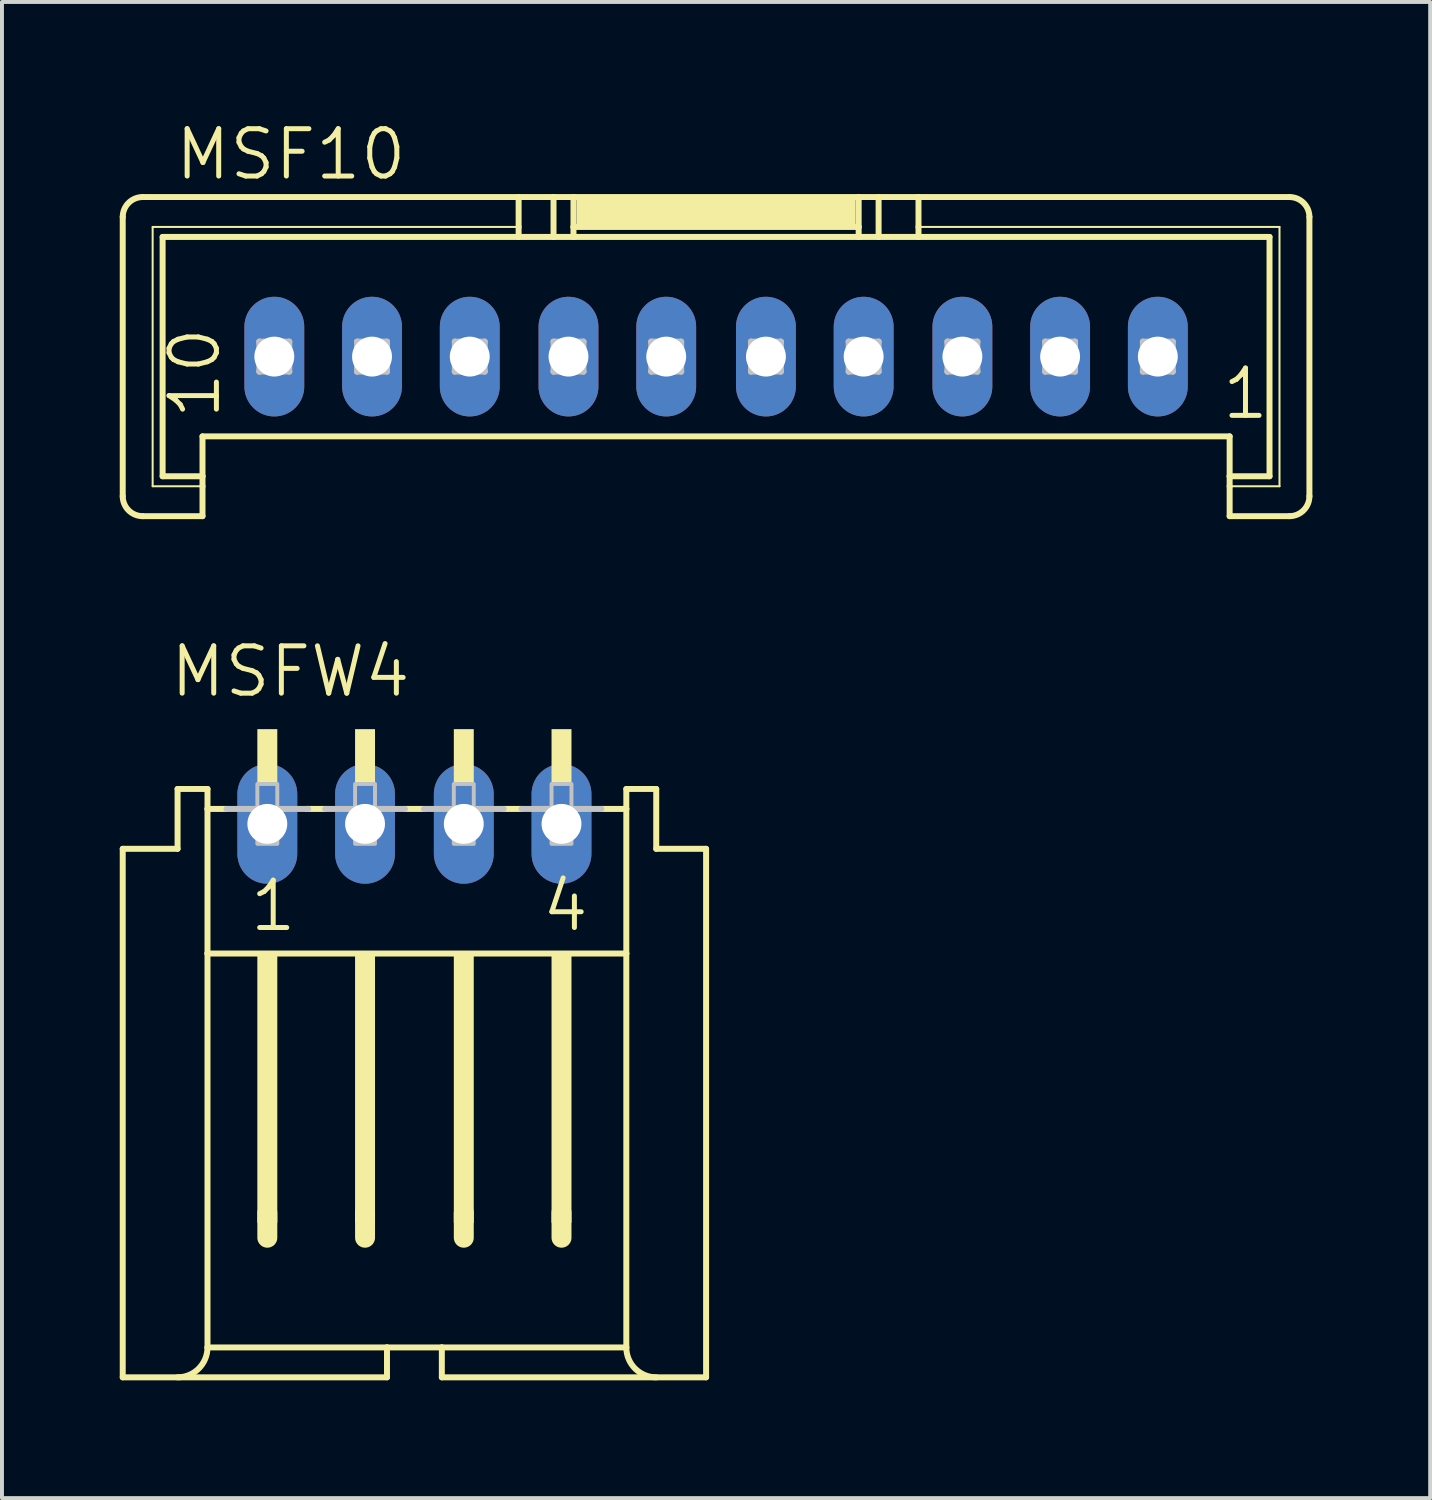
<source format=kicad_pcb>
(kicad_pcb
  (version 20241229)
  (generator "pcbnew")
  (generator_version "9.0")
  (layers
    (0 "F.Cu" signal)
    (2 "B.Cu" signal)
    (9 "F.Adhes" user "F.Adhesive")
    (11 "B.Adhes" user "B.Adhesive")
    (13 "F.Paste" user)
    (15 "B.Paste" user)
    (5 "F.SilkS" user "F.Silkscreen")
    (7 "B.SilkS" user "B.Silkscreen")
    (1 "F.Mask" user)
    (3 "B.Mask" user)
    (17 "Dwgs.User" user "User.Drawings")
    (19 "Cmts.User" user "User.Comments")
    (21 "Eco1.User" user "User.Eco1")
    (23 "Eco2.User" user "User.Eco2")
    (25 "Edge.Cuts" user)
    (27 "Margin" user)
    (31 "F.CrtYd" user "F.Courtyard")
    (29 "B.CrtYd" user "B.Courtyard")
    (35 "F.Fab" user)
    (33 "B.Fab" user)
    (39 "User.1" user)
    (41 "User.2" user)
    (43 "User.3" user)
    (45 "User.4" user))
  (footprint "MSFW4"
    (layer "F.Cu")
    (at 3.759 19.84)
    (property "Reference" "MSFW4" (at -2.54 -5.08 0) (layer "F.SilkS") (effects (font (size 1.206 1.206) (thickness 0.127)) (justify left bottom)))
    (attr through_hole)
    (fp_line (start -3.683 12.192) (end -3.683 -1.27) (stroke (width 0.152) (type solid)) (layer "F.SilkS"))
    (fp_line (start -3.683 12.192) (end 3.048 12.192) (stroke (width 0.152) (type solid)) (layer "F.SilkS"))
    (fp_line (start -2.286 -1.27) (end -3.683 -1.27) (stroke (width 0.152) (type solid)) (layer "F.SilkS"))
    (fp_line (start -2.286 -1.27) (end -2.286 -2.794) (stroke (width 0.152) (type solid)) (layer "F.SilkS"))
    (fp_line (start -1.524 -2.794) (end -2.286 -2.794) (stroke (width 0.152) (type solid)) (layer "F.SilkS"))
    (fp_line (start -1.524 -2.286) (end -1.524 -2.794) (stroke (width 0.152) (type solid)) (layer "F.SilkS"))
    (fp_line (start -1.524 1.397) (end -1.524 -2.286) (stroke (width 0.152) (type solid)) (layer "F.SilkS"))
    (fp_line (start -1.524 11.43) (end -1.524 1.397) (stroke (width 0.152) (type solid)) (layer "F.SilkS"))
    (fp_line (start -1.524 11.43) (end 3.048 11.43) (stroke (width 0.152) (type solid)) (layer "F.SilkS"))
    (fp_line (start -1.041 -2.286) (end -1.524 -2.286) (stroke (width 0.152) (type solid)) (layer "F.SilkS"))
    (fp_line (start 0 8.001) (end 0 8.636) (stroke (width 0.508) (type solid)) (layer "F.SilkS"))
    (fp_line (start 1.473 -2.286) (end 0.991 -2.286) (stroke (width 0.152) (type solid)) (layer "F.SilkS"))
    (fp_line (start 2.489 8.001) (end 2.489 8.636) (stroke (width 0.508) (type solid)) (layer "F.SilkS"))
    (fp_line (start 3.048 11.43) (end 4.445 11.43) (stroke (width 0.152) (type solid)) (layer "F.SilkS"))
    (fp_line (start 3.048 12.192) (end 3.048 11.43) (stroke (width 0.152) (type solid)) (layer "F.SilkS"))
    (fp_line (start 3.988 -2.286) (end 3.505 -2.286) (stroke (width 0.152) (type solid)) (layer "F.SilkS"))
    (fp_line (start 4.445 12.192) (end 4.445 11.43) (stroke (width 0.152) (type solid)) (layer "F.SilkS"))
    (fp_line (start 4.445 12.192) (end 11.176 12.192) (stroke (width 0.152) (type solid)) (layer "F.SilkS"))
    (fp_line (start 5.004 8.001) (end 5.004 8.636) (stroke (width 0.508) (type solid)) (layer "F.SilkS"))
    (fp_line (start 6.477 -2.286) (end 6.02 -2.286) (stroke (width 0.152) (type solid)) (layer "F.SilkS"))
    (fp_line (start 7.493 8.001) (end 7.493 8.636) (stroke (width 0.508) (type solid)) (layer "F.SilkS"))
    (fp_line (start 9.144 -2.794) (end 9.144 -2.286) (stroke (width 0.152) (type solid)) (layer "F.SilkS"))
    (fp_line (start 9.144 -2.286) (end 8.509 -2.286) (stroke (width 0.152) (type solid)) (layer "F.SilkS"))
    (fp_line (start 9.144 -2.286) (end 9.144 1.397) (stroke (width 0.152) (type solid)) (layer "F.SilkS"))
    (fp_line (start 9.144 1.397) (end -1.524 1.397) (stroke (width 0.152) (type solid)) (layer "F.SilkS"))
    (fp_line (start 9.144 1.397) (end 9.144 11.43) (stroke (width 0.152) (type solid)) (layer "F.SilkS"))
    (fp_line (start 9.144 11.43) (end 4.445 11.43) (stroke (width 0.152) (type solid)) (layer "F.SilkS"))
    (fp_line (start 9.906 -2.794) (end 9.144 -2.794) (stroke (width 0.152) (type solid)) (layer "F.SilkS"))
    (fp_line (start 9.906 -2.794) (end 9.906 -1.27) (stroke (width 0.152) (type solid)) (layer "F.SilkS"))
    (fp_line (start 11.176 -1.27) (end 9.906 -1.27) (stroke (width 0.152) (type solid)) (layer "F.SilkS"))
    (fp_line (start 11.176 -1.27) (end 11.176 12.192) (stroke (width 0.152) (type solid)) (layer "F.SilkS"))
    (fp_arc (start -1.524 11.43) (mid -1.747185 11.968815) (end -2.286 12.192) (stroke (width 0.1524) (type solid)) (layer "F.SilkS"))
    (fp_arc (start 9.906 12.192) (mid 9.367185 11.968815) (end 9.144 11.43) (stroke (width 0.1524) (type solid)) (layer "F.SilkS"))
    (fp_poly (pts (xy -0.254 -2.921) (xy 0.254 -2.921) (xy 0.254 -4.318) (xy -0.254 -4.318)) (stroke (width 0) (type solid)) (fill yes) (layer "F.SilkS"))
    (fp_poly (pts (xy -0.254 8.255) (xy 0.254 8.255) (xy 0.254 1.397) (xy -0.254 1.397)) (stroke (width 0) (type solid)) (fill yes) (layer "F.SilkS"))
    (fp_poly (pts (xy 2.235 -2.921) (xy 2.743 -2.921) (xy 2.743 -4.318) (xy 2.235 -4.318)) (stroke (width 0) (type solid)) (fill yes) (layer "F.SilkS"))
    (fp_poly (pts (xy 2.235 8.255) (xy 2.743 8.255) (xy 2.743 1.397) (xy 2.235 1.397)) (stroke (width 0) (type solid)) (fill yes) (layer "F.SilkS"))
    (fp_poly (pts (xy 4.75 -2.921) (xy 5.258 -2.921) (xy 5.258 -4.318) (xy 4.75 -4.318)) (stroke (width 0) (type solid)) (fill yes) (layer "F.SilkS"))
    (fp_poly (pts (xy 4.75 8.255) (xy 5.258 8.255) (xy 5.258 1.397) (xy 4.75 1.397)) (stroke (width 0) (type solid)) (fill yes) (layer "F.SilkS"))
    (fp_poly (pts (xy 7.239 -2.921) (xy 7.747 -2.921) (xy 7.747 -4.318) (xy 7.239 -4.318)) (stroke (width 0) (type solid)) (fill yes) (layer "F.SilkS"))
    (fp_poly (pts (xy 7.239 8.255) (xy 7.747 8.255) (xy 7.747 1.397) (xy 7.239 1.397)) (stroke (width 0) (type solid)) (fill yes) (layer "F.SilkS"))
    (fp_line (start -1.041 -2.286) (end 1.041 -2.286) (stroke (width 0.152) (type solid)) (layer "Dwgs.User"))
    (fp_line (start 1.473 -2.286) (end 3.505 -2.286) (stroke (width 0.152) (type solid)) (layer "Dwgs.User"))
    (fp_line (start 3.988 -2.286) (end 6.02 -2.286) (stroke (width 0.152) (type solid)) (layer "Dwgs.User"))
    (fp_line (start 6.477 -2.286) (end 8.509 -2.286) (stroke (width 0.152) (type solid)) (layer "Dwgs.User"))
    (fp_poly (pts (xy -0.254 -1.397) (xy 0.254 -1.397) (xy 0.254 -2.921) (xy -0.254 -2.921)) (stroke (width 0.1) (type solid)) (fill no) (layer "Dwgs.User"))
    (fp_poly (pts (xy 2.235 -1.397) (xy 2.743 -1.397) (xy 2.743 -2.921) (xy 2.235 -2.921)) (stroke (width 0.1) (type solid)) (fill no) (layer "Dwgs.User"))
    (fp_poly (pts (xy 4.75 -1.397) (xy 5.258 -1.397) (xy 5.258 -2.921) (xy 4.75 -2.921)) (stroke (width 0.1) (type solid)) (fill no) (layer "Dwgs.User"))
    (fp_poly (pts (xy 7.239 -1.397) (xy 7.747 -1.397) (xy 7.747 -2.921) (xy 7.239 -2.921)) (stroke (width 0.1) (type solid)) (fill no) (layer "Dwgs.User"))
    (fp_text user "1" (at -0.508 0.889 0) (layer "F.SilkS") (effects (font (size 1.206 1.206) (thickness 0.127)) (justify left bottom)))
    (fp_text user "4" (at 6.934 0.889 0) (layer "F.SilkS") (effects (font (size 1.206 1.206) (thickness 0.127)) (justify left bottom)))
    (pad "1" thru_hole oval (at 0 -1.905 90) (size 3.048 1.524) (drill 1.016) (layers "*.Cu" "*.Mask"))
    (pad "2" thru_hole oval (at 2.489 -1.905 90) (size 3.048 1.524) (drill 1.016) (layers "*.Cu" "*.Mask"))
    (pad "3" thru_hole oval (at 5.004 -1.905 90) (size 3.048 1.524) (drill 1.016) (layers "*.Cu" "*.Mask"))
    (pad "4" thru_hole oval (at 7.493 -1.905 90) (size 3.048 1.524) (drill 1.016) (layers "*.Cu" "*.Mask")))
  (footprint "MSF10"
    (layer "F.Cu")
    (at 15.189 3.493)
    (property "Reference" "MSF10" (at -13.843 -1.905 0) (layer "F.SilkS") (effects (font (size 1.206 1.206) (thickness 0.127)) (justify left bottom)))
    (attr through_hole)
    (fp_line (start -15.113 6.096) (end -15.113 -1.016) (stroke (width 0.152) (type solid)) (layer "F.SilkS"))
    (fp_line (start -14.605 -1.524) (end -5.029 -1.524) (stroke (width 0.152) (type solid)) (layer "F.SilkS"))
    (fp_line (start -14.351 -0.762) (end -5.029 -0.762) (stroke (width 0.051) (type solid)) (layer "F.SilkS"))
    (fp_line (start -14.351 5.842) (end -14.351 -0.762) (stroke (width 0.051) (type solid)) (layer "F.SilkS"))
    (fp_line (start -14.097 -0.508) (end -5.029 -0.508) (stroke (width 0.152) (type solid)) (layer "F.SilkS"))
    (fp_line (start -14.097 5.588) (end -14.097 -0.508) (stroke (width 0.152) (type solid)) (layer "F.SilkS"))
    (fp_line (start -13.081 5.588) (end -14.097 5.588) (stroke (width 0.152) (type solid)) (layer "F.SilkS"))
    (fp_line (start -13.081 5.588) (end -13.081 4.572) (stroke (width 0.152) (type solid)) (layer "F.SilkS"))
    (fp_line (start -13.081 5.588) (end -13.081 5.842) (stroke (width 0.152) (type solid)) (layer "F.SilkS"))
    (fp_line (start -13.081 5.842) (end -14.351 5.842) (stroke (width 0.051) (type solid)) (layer "F.SilkS"))
    (fp_line (start -13.081 5.842) (end -13.081 6.604) (stroke (width 0.152) (type solid)) (layer "F.SilkS"))
    (fp_line (start -13.081 6.604) (end -14.605 6.604) (stroke (width 0.152) (type solid)) (layer "F.SilkS"))
    (fp_line (start -5.029 -1.524) (end -5.029 -0.762) (stroke (width 0.152) (type solid)) (layer "F.SilkS"))
    (fp_line (start -5.029 -1.524) (end -4.14 -1.524) (stroke (width 0.152) (type solid)) (layer "F.SilkS"))
    (fp_line (start -5.029 -0.762) (end -5.029 -0.508) (stroke (width 0.152) (type solid)) (layer "F.SilkS"))
    (fp_line (start -5.029 -0.508) (end -4.14 -0.508) (stroke (width 0.152) (type solid)) (layer "F.SilkS"))
    (fp_line (start -4.14 -1.524) (end -4.14 -0.508) (stroke (width 0.152) (type solid)) (layer "F.SilkS"))
    (fp_line (start -4.14 -1.524) (end -3.632 -1.524) (stroke (width 0.152) (type solid)) (layer "F.SilkS"))
    (fp_line (start -4.14 -0.508) (end -3.632 -0.508) (stroke (width 0.152) (type solid)) (layer "F.SilkS"))
    (fp_line (start -3.632 -1.524) (end -3.632 -0.762) (stroke (width 0.152) (type solid)) (layer "F.SilkS"))
    (fp_line (start -3.632 -1.524) (end 3.632 -1.524) (stroke (width 0.152) (type solid)) (layer "F.SilkS"))
    (fp_line (start -3.632 -0.762) (end -3.632 -0.508) (stroke (width 0.152) (type solid)) (layer "F.SilkS"))
    (fp_line (start -3.632 -0.762) (end 3.632 -0.762) (stroke (width 0.152) (type solid)) (layer "F.SilkS"))
    (fp_line (start -3.632 -0.508) (end 3.632 -0.508) (stroke (width 0.152) (type solid)) (layer "F.SilkS"))
    (fp_line (start 3.632 -1.524) (end 3.632 -0.762) (stroke (width 0.152) (type solid)) (layer "F.SilkS"))
    (fp_line (start 3.632 -1.524) (end 4.14 -1.524) (stroke (width 0.152) (type solid)) (layer "F.SilkS"))
    (fp_line (start 3.632 -0.762) (end 3.632 -0.508) (stroke (width 0.152) (type solid)) (layer "F.SilkS"))
    (fp_line (start 3.632 -0.508) (end 4.14 -0.508) (stroke (width 0.152) (type solid)) (layer "F.SilkS"))
    (fp_line (start 4.14 -1.524) (end 4.14 -0.508) (stroke (width 0.152) (type solid)) (layer "F.SilkS"))
    (fp_line (start 4.14 -1.524) (end 5.156 -1.524) (stroke (width 0.152) (type solid)) (layer "F.SilkS"))
    (fp_line (start 4.14 -0.508) (end 5.156 -0.508) (stroke (width 0.152) (type solid)) (layer "F.SilkS"))
    (fp_line (start 5.156 -1.524) (end 5.156 -0.762) (stroke (width 0.152) (type solid)) (layer "F.SilkS"))
    (fp_line (start 5.156 -1.524) (end 14.605 -1.524) (stroke (width 0.152) (type solid)) (layer "F.SilkS"))
    (fp_line (start 5.156 -0.762) (end 5.156 -0.508) (stroke (width 0.152) (type solid)) (layer "F.SilkS"))
    (fp_line (start 5.156 -0.762) (end 14.351 -0.762) (stroke (width 0.051) (type solid)) (layer "F.SilkS"))
    (fp_line (start 5.156 -0.508) (end 14.097 -0.508) (stroke (width 0.152) (type solid)) (layer "F.SilkS"))
    (fp_line (start 13.081 4.572) (end -13.081 4.572) (stroke (width 0.152) (type solid)) (layer "F.SilkS"))
    (fp_line (start 13.081 5.588) (end 13.081 4.572) (stroke (width 0.152) (type solid)) (layer "F.SilkS"))
    (fp_line (start 13.081 5.842) (end 13.081 5.588) (stroke (width 0.152) (type solid)) (layer "F.SilkS"))
    (fp_line (start 13.081 6.604) (end 13.081 5.842) (stroke (width 0.152) (type solid)) (layer "F.SilkS"))
    (fp_line (start 14.097 -0.508) (end 14.097 5.588) (stroke (width 0.152) (type solid)) (layer "F.SilkS"))
    (fp_line (start 14.097 5.588) (end 13.081 5.588) (stroke (width 0.152) (type solid)) (layer "F.SilkS"))
    (fp_line (start 14.351 -0.762) (end 14.351 5.842) (stroke (width 0.051) (type solid)) (layer "F.SilkS"))
    (fp_line (start 14.351 5.842) (end 13.081 5.842) (stroke (width 0.051) (type solid)) (layer "F.SilkS"))
    (fp_line (start 14.605 6.604) (end 13.081 6.604) (stroke (width 0.152) (type solid)) (layer "F.SilkS"))
    (fp_line (start 15.113 -1.016) (end 15.113 6.096) (stroke (width 0.152) (type solid)) (layer "F.SilkS"))
    (fp_arc (start -15.113 -1.016) (mid -14.96421 -1.37521) (end -14.605 -1.524) (stroke (width 0.1524) (type solid)) (layer "F.SilkS"))
    (fp_arc (start -14.605 6.604) (mid -14.96421 6.45521) (end -15.113 6.096) (stroke (width 0.1524) (type solid)) (layer "F.SilkS"))
    (fp_arc (start 14.605 -1.524) (mid 14.96421 -1.37521) (end 15.113 -1.016) (stroke (width 0.1524) (type solid)) (layer "F.SilkS"))
    (fp_arc (start 15.113 6.096) (mid 14.96421 6.45521) (end 14.605 6.604) (stroke (width 0.1524) (type solid)) (layer "F.SilkS"))
    (fp_poly (pts (xy -3.556 -0.762) (xy 3.556 -0.762) (xy 3.556 -1.524) (xy -3.556 -1.524)) (stroke (width 0) (type solid)) (fill yes) (layer "F.SilkS"))
    (fp_line (start -11.633 2.159) (end -11.633 2.921) (stroke (width 0.152) (type solid)) (layer "Dwgs.User"))
    (fp_line (start -11.633 2.159) (end -10.871 2.921) (stroke (width 0.152) (type solid)) (layer "Dwgs.User"))
    (fp_line (start -11.633 2.921) (end -10.871 2.921) (stroke (width 0.152) (type solid)) (layer "Dwgs.User"))
    (fp_line (start -10.871 2.159) (end -11.633 2.159) (stroke (width 0.152) (type solid)) (layer "Dwgs.User"))
    (fp_line (start -10.871 2.159) (end -11.633 2.921) (stroke (width 0.152) (type solid)) (layer "Dwgs.User"))
    (fp_line (start -10.871 2.921) (end -10.871 2.159) (stroke (width 0.152) (type solid)) (layer "Dwgs.User"))
    (fp_line (start -9.144 2.159) (end -9.144 2.921) (stroke (width 0.152) (type solid)) (layer "Dwgs.User"))
    (fp_line (start -9.144 2.159) (end -8.382 2.921) (stroke (width 0.152) (type solid)) (layer "Dwgs.User"))
    (fp_line (start -9.144 2.921) (end -8.382 2.921) (stroke (width 0.152) (type solid)) (layer "Dwgs.User"))
    (fp_line (start -8.382 2.159) (end -9.144 2.159) (stroke (width 0.152) (type solid)) (layer "Dwgs.User"))
    (fp_line (start -8.382 2.159) (end -9.144 2.921) (stroke (width 0.152) (type solid)) (layer "Dwgs.User"))
    (fp_line (start -8.382 2.921) (end -8.382 2.159) (stroke (width 0.152) (type solid)) (layer "Dwgs.User"))
    (fp_line (start -6.655 2.159) (end -6.655 2.921) (stroke (width 0.152) (type solid)) (layer "Dwgs.User"))
    (fp_line (start -6.655 2.159) (end -5.893 2.921) (stroke (width 0.152) (type solid)) (layer "Dwgs.User"))
    (fp_line (start -6.655 2.921) (end -5.893 2.921) (stroke (width 0.152) (type solid)) (layer "Dwgs.User"))
    (fp_line (start -5.893 2.159) (end -6.655 2.159) (stroke (width 0.152) (type solid)) (layer "Dwgs.User"))
    (fp_line (start -5.893 2.159) (end -6.655 2.921) (stroke (width 0.152) (type solid)) (layer "Dwgs.User"))
    (fp_line (start -5.893 2.921) (end -5.893 2.159) (stroke (width 0.152) (type solid)) (layer "Dwgs.User"))
    (fp_line (start -4.14 2.159) (end -4.14 2.921) (stroke (width 0.152) (type solid)) (layer "Dwgs.User"))
    (fp_line (start -4.14 2.159) (end -3.378 2.921) (stroke (width 0.152) (type solid)) (layer "Dwgs.User"))
    (fp_line (start -4.14 2.921) (end -3.378 2.921) (stroke (width 0.152) (type solid)) (layer "Dwgs.User"))
    (fp_line (start -3.378 2.159) (end -4.14 2.159) (stroke (width 0.152) (type solid)) (layer "Dwgs.User"))
    (fp_line (start -3.378 2.159) (end -4.14 2.921) (stroke (width 0.152) (type solid)) (layer "Dwgs.User"))
    (fp_line (start -3.378 2.921) (end -3.378 2.159) (stroke (width 0.152) (type solid)) (layer "Dwgs.User"))
    (fp_line (start -1.651 2.159) (end -1.651 2.921) (stroke (width 0.152) (type solid)) (layer "Dwgs.User"))
    (fp_line (start -1.651 2.159) (end -0.889 2.921) (stroke (width 0.152) (type solid)) (layer "Dwgs.User"))
    (fp_line (start -1.651 2.921) (end -0.889 2.921) (stroke (width 0.152) (type solid)) (layer "Dwgs.User"))
    (fp_line (start -0.889 2.159) (end -1.651 2.159) (stroke (width 0.152) (type solid)) (layer "Dwgs.User"))
    (fp_line (start -0.889 2.159) (end -1.651 2.921) (stroke (width 0.152) (type solid)) (layer "Dwgs.User"))
    (fp_line (start -0.889 2.921) (end -0.889 2.159) (stroke (width 0.152) (type solid)) (layer "Dwgs.User"))
    (fp_line (start 0.889 2.159) (end 0.889 2.921) (stroke (width 0.152) (type solid)) (layer "Dwgs.User"))
    (fp_line (start 0.889 2.159) (end 1.651 2.921) (stroke (width 0.152) (type solid)) (layer "Dwgs.User"))
    (fp_line (start 0.889 2.921) (end 1.651 2.921) (stroke (width 0.152) (type solid)) (layer "Dwgs.User"))
    (fp_line (start 1.651 2.159) (end 0.889 2.159) (stroke (width 0.152) (type solid)) (layer "Dwgs.User"))
    (fp_line (start 1.651 2.159) (end 0.889 2.921) (stroke (width 0.152) (type solid)) (layer "Dwgs.User"))
    (fp_line (start 1.651 2.921) (end 1.651 2.159) (stroke (width 0.152) (type solid)) (layer "Dwgs.User"))
    (fp_line (start 3.378 2.159) (end 3.378 2.921) (stroke (width 0.152) (type solid)) (layer "Dwgs.User"))
    (fp_line (start 3.378 2.159) (end 4.14 2.921) (stroke (width 0.152) (type solid)) (layer "Dwgs.User"))
    (fp_line (start 3.378 2.921) (end 4.14 2.921) (stroke (width 0.152) (type solid)) (layer "Dwgs.User"))
    (fp_line (start 4.14 2.159) (end 3.378 2.159) (stroke (width 0.152) (type solid)) (layer "Dwgs.User"))
    (fp_line (start 4.14 2.159) (end 3.378 2.921) (stroke (width 0.152) (type solid)) (layer "Dwgs.User"))
    (fp_line (start 4.14 2.921) (end 4.14 2.159) (stroke (width 0.152) (type solid)) (layer "Dwgs.User"))
    (fp_line (start 5.893 2.159) (end 5.893 2.921) (stroke (width 0.152) (type solid)) (layer "Dwgs.User"))
    (fp_line (start 5.893 2.159) (end 6.655 2.921) (stroke (width 0.152) (type solid)) (layer "Dwgs.User"))
    (fp_line (start 5.893 2.921) (end 6.655 2.921) (stroke (width 0.152) (type solid)) (layer "Dwgs.User"))
    (fp_line (start 6.655 2.159) (end 5.893 2.159) (stroke (width 0.152) (type solid)) (layer "Dwgs.User"))
    (fp_line (start 6.655 2.159) (end 5.893 2.921) (stroke (width 0.152) (type solid)) (layer "Dwgs.User"))
    (fp_line (start 6.655 2.921) (end 6.655 2.159) (stroke (width 0.152) (type solid)) (layer "Dwgs.User"))
    (fp_line (start 8.382 2.159) (end 8.382 2.921) (stroke (width 0.152) (type solid)) (layer "Dwgs.User"))
    (fp_line (start 8.382 2.159) (end 9.144 2.921) (stroke (width 0.152) (type solid)) (layer "Dwgs.User"))
    (fp_line (start 8.382 2.921) (end 9.144 2.921) (stroke (width 0.152) (type solid)) (layer "Dwgs.User"))
    (fp_line (start 9.144 2.159) (end 8.382 2.159) (stroke (width 0.152) (type solid)) (layer "Dwgs.User"))
    (fp_line (start 9.144 2.159) (end 8.382 2.921) (stroke (width 0.152) (type solid)) (layer "Dwgs.User"))
    (fp_line (start 9.144 2.921) (end 9.144 2.159) (stroke (width 0.152) (type solid)) (layer "Dwgs.User"))
    (fp_line (start 10.871 2.159) (end 10.871 2.921) (stroke (width 0.152) (type solid)) (layer "Dwgs.User"))
    (fp_line (start 10.871 2.159) (end 11.633 2.921) (stroke (width 0.152) (type solid)) (layer "Dwgs.User"))
    (fp_line (start 10.871 2.921) (end 11.633 2.921) (stroke (width 0.152) (type solid)) (layer "Dwgs.User"))
    (fp_line (start 11.633 2.159) (end 10.871 2.159) (stroke (width 0.152) (type solid)) (layer "Dwgs.User"))
    (fp_line (start 11.633 2.159) (end 10.871 2.921) (stroke (width 0.152) (type solid)) (layer "Dwgs.User"))
    (fp_line (start 11.633 2.921) (end 11.633 2.159) (stroke (width 0.152) (type solid)) (layer "Dwgs.User"))
    (fp_text user "1" (at 12.827 4.191 0) (layer "F.SilkS") (effects (font (size 1.206 1.206) (thickness 0.127)) (justify left bottom)))
    (fp_text user "10" (at -12.573 4.191 90) (layer "F.SilkS") (effects (font (size 1.206 1.206) (thickness 0.127)) (justify left bottom)))
    (pad "1" thru_hole oval (at 11.252 2.54 90) (size 3.048 1.524) (drill 1.016) (layers "*.Cu" "*.Mask"))
    (pad "2" thru_hole oval (at 8.763 2.54 90) (size 3.048 1.524) (drill 1.016) (layers "*.Cu" "*.Mask"))
    (pad "3" thru_hole oval (at 6.274 2.54 90) (size 3.048 1.524) (drill 1.016) (layers "*.Cu" "*.Mask"))
    (pad "4" thru_hole oval (at 3.759 2.54 90) (size 3.048 1.524) (drill 1.016) (layers "*.Cu" "*.Mask"))
    (pad "5" thru_hole oval (at 1.27 2.54 90) (size 3.048 1.524) (drill 1.016) (layers "*.Cu" "*.Mask"))
    (pad "6" thru_hole oval (at -1.27 2.54 90) (size 3.048 1.524) (drill 1.016) (layers "*.Cu" "*.Mask"))
    (pad "7" thru_hole oval (at -3.759 2.54 90) (size 3.048 1.524) (drill 1.016) (layers "*.Cu" "*.Mask"))
    (pad "8" thru_hole oval (at -6.274 2.54 90) (size 3.048 1.524) (drill 1.016) (layers "*.Cu" "*.Mask"))
    (pad "9" thru_hole oval (at -8.763 2.54 90) (size 3.048 1.524) (drill 1.016) (layers "*.Cu" "*.Mask"))
    (pad "10" thru_hole oval (at -11.252 2.54 90) (size 3.048 1.524) (drill 1.016) (layers "*.Cu" "*.Mask")))
  (gr_rect
    (start -3 -3)
    (end 33.378 35.108)
    (stroke (width 0.1) (type default))
    (fill no)
    (layer "Edge.Cuts")))
</source>
